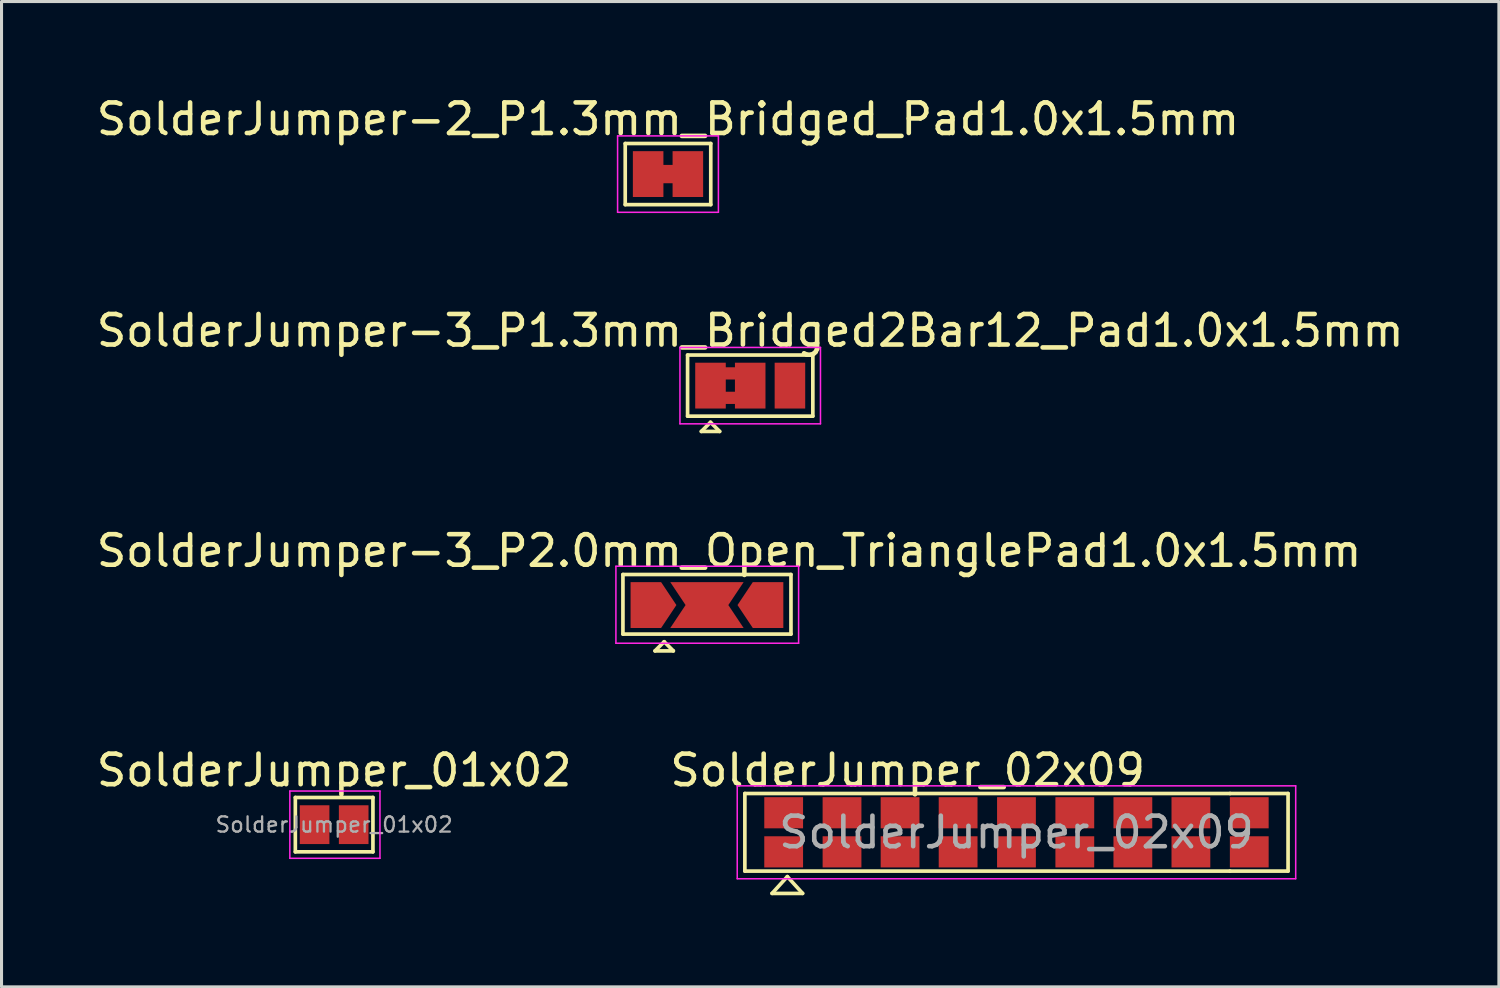
<source format=kicad_pcb>
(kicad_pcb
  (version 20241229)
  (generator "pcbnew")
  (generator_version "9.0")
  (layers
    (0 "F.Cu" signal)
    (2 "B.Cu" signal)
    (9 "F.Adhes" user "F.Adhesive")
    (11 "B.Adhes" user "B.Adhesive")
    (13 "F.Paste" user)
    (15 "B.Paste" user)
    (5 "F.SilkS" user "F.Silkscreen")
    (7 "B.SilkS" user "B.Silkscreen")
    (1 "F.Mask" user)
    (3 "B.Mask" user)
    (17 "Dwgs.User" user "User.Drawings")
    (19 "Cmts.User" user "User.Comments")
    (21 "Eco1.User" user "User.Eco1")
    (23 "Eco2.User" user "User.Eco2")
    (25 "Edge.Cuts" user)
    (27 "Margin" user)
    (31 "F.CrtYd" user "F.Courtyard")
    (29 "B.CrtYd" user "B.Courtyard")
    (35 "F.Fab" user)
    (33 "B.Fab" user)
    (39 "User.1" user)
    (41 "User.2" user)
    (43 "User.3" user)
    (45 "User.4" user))
  (footprint "SolderJumper-3_P2.0mm_Open_TrianglePad1.0x1.5mm"
    (layer "F.Cu")
    (at 20.09 16.755)
    (property "Reference" "SolderJumper-3_P2.0mm_Open_TrianglePad1.0x1.5mm" (at 0.725 -1.775 0) (layer "F.SilkS") (effects (font (size 1 1) (thickness 0.15))))
    (attr exclude_from_pos_files exclude_from_bom)
    (fp_line (start -2.75 -1) (end 2.75 -1) (stroke (width 0.12) (type solid)) (layer "F.SilkS"))
    (fp_line (start -2.75 0.95) (end -2.75 -1) (stroke (width 0.12) (type solid)) (layer "F.SilkS"))
    (fp_line (start -1.7 1.5) (end -1.1 1.5) (stroke (width 0.12) (type solid)) (layer "F.SilkS"))
    (fp_line (start -1.4 1.2) (end -1.7 1.5) (stroke (width 0.12) (type solid)) (layer "F.SilkS"))
    (fp_line (start -1.1 1.5) (end -1.4 1.2) (stroke (width 0.12) (type solid)) (layer "F.SilkS"))
    (fp_line (start 2.75 -1) (end 2.75 0.95) (stroke (width 0.12) (type solid)) (layer "F.SilkS"))
    (fp_line (start 2.75 0.95) (end -2.75 0.95) (stroke (width 0.12) (type solid)) (layer "F.SilkS"))
    (fp_line (start -2.98 -1.27) (end -2.98 1.25) (stroke (width 0.05) (type solid)) (layer "F.CrtYd"))
    (fp_line (start -2.98 -1.27) (end 3 -1.27) (stroke (width 0.05) (type solid)) (layer "F.CrtYd"))
    (fp_line (start 3 1.25) (end -2.98 1.25) (stroke (width 0.05) (type solid)) (layer "F.CrtYd"))
    (fp_line (start 3 1.25) (end 3 -1.27) (stroke (width 0.05) (type solid)) (layer "F.CrtYd"))
    (pad "" smd rect (at -1.2 0) (size 1.5 1.5) (layers "F.Paste"))
    (pad "" smd rect (at 1.2 0) (size 1.5 1.5) (layers "F.Paste"))
    (pad "1" smd custom (at -2 0) (size 0.3 0.3) (layers "F.Cu" "F.Mask") (options (anchor rect)) (primitives (gr_poly (pts (xy -0.5 -0.75) (xy 0.5 -0.75) (xy 1 0) (xy 0.5 0.75) (xy -0.5 0.75)) (width 0) (fill yes))))
    (pad "2" smd custom (at 0 0) (size 0.3 0.3) (layers "F.Cu") (options (anchor rect)) (primitives (gr_poly (pts (xy -1.2 -0.75) (xy 1.2 -0.75) (xy 0.7 0) (xy 1.2 0.75) (xy -1.2 0.75) (xy -0.7 0)) (width 0) (fill yes))))
    (pad "3" smd custom (at 2 0 180) (size 0.3 0.3) (layers "F.Cu" "F.Mask") (options (anchor rect)) (primitives (gr_poly (pts (xy -0.5 -0.75) (xy 0.5 -0.75) (xy 1 0) (xy 0.5 0.75) (xy -0.5 0.75)) (width 0) (fill yes)))))
  (footprint "SolderJumper-3_P1.3mm_Bridged2Bar12_Pad1.0x1.5mm"
    (layer "F.Cu")
    (at 21.506 9.572)
    (property "Reference" "SolderJumper-3_P1.3mm_Bridged2Bar12_Pad1.0x1.5mm" (at 0 -1.8 0) (layer "F.SilkS") (effects (font (size 1 1) (thickness 0.15))))
    (attr exclude_from_pos_files exclude_from_bom)
    (fp_poly (pts (xy -0.9 -0.6) (xy -0.4 -0.6) (xy -0.4 -0.2) (xy -0.9 -0.2)) (stroke (width 0) (type solid)) (fill yes) (layer "F.Cu"))
    (fp_poly (pts (xy -0.9 0.2) (xy -0.4 0.2) (xy -0.4 0.6) (xy -0.9 0.6)) (stroke (width 0) (type solid)) (fill yes) (layer "F.Cu"))
    (fp_line (start -2.05 -1) (end 2.05 -1) (stroke (width 0.12) (type solid)) (layer "F.SilkS"))
    (fp_line (start -2.05 1) (end -2.05 -1) (stroke (width 0.12) (type solid)) (layer "F.SilkS"))
    (fp_line (start -1.6 1.5) (end -1 1.5) (stroke (width 0.12) (type solid)) (layer "F.SilkS"))
    (fp_line (start -1.3 1.2) (end -1.6 1.5) (stroke (width 0.12) (type solid)) (layer "F.SilkS"))
    (fp_line (start -1.3 1.2) (end -1 1.5) (stroke (width 0.12) (type solid)) (layer "F.SilkS"))
    (fp_line (start 2.05 -1) (end 2.05 1) (stroke (width 0.12) (type solid)) (layer "F.SilkS"))
    (fp_line (start 2.05 1) (end -2.05 1) (stroke (width 0.12) (type solid)) (layer "F.SilkS"))
    (fp_line (start -2.3 -1.25) (end -2.3 1.25) (stroke (width 0.05) (type solid)) (layer "F.CrtYd"))
    (fp_line (start -2.3 -1.25) (end 2.3 -1.25) (stroke (width 0.05) (type solid)) (layer "F.CrtYd"))
    (fp_line (start 2.3 1.25) (end -2.3 1.25) (stroke (width 0.05) (type solid)) (layer "F.CrtYd"))
    (fp_line (start 2.3 1.25) (end 2.3 -1.25) (stroke (width 0.05) (type solid)) (layer "F.CrtYd"))
    (pad "1" smd rect (at -1.3 0) (size 1 1.5) (layers "F.Cu" "F.Mask"))
    (pad "2" smd rect (at 0 0) (size 1 1.5) (layers "F.Cu" "F.Mask"))
    (pad "3" smd rect (at 1.3 0) (size 1 1.5) (layers "F.Cu" "F.Mask")))
  (footprint "SolderJumper_01x02"
    (layer "F.Cu")
    (at 7.887 23.943)
    (property "Reference" "SolderJumper_01x02" (at 0 -1.78 0) (layer "F.SilkS") (effects (font (size 1 1) (thickness 0.15))))
    (attr exclude_from_pos_files exclude_from_bom)
    (fp_line (start -1.27 0.89) (end -1.27 -0.89) (stroke (width 0.12) (type solid)) (layer "F.SilkS"))
    (fp_line (start -1.27 0.89) (end 1.27 0.89) (stroke (width 0.12) (type solid)) (layer "F.SilkS"))
    (fp_line (start 1.27 -0.89) (end -1.27 -0.89) (stroke (width 0.12) (type solid)) (layer "F.SilkS"))
    (fp_line (start 1.27 -0.89) (end 1.27 0.89) (stroke (width 0.12) (type solid)) (layer "F.SilkS"))
    (fp_line (start -1.45 -1.1) (end 1.5 -1.1) (stroke (width 0.05) (type solid)) (layer "F.CrtYd"))
    (fp_line (start -1.45 1.1) (end -1.45 -1.1) (stroke (width 0.05) (type solid)) (layer "F.CrtYd"))
    (fp_line (start 1.5 -1.1) (end 1.5 1.1) (stroke (width 0.05) (type solid)) (layer "F.CrtYd"))
    (fp_line (start 1.5 1.1) (end -1.45 1.1) (stroke (width 0.05) (type solid)) (layer "F.CrtYd"))
    (fp_text user "${REFERENCE}" (at 0 0 0) (layer "F.Fab") (effects (font (size 0.5 0.5) (thickness 0.075))))
    (pad "1" smd rect (at -0.64 0 90) (size 1.27 0.97) (layers "F.Cu" "F.Mask" "F.Paste"))
    (pad "2" smd rect (at 0.64 0 90) (size 1.27 0.97) (layers "F.Cu" "F.Mask" "F.Paste")))
  (footprint "SolderJumper-2_P1.3mm_Bridged_Pad1.0x1.5mm"
    (layer "F.Cu")
    (at 18.815 2.648)
    (property "Reference" "SolderJumper-2_P1.3mm_Bridged_Pad1.0x1.5mm" (at 0 -1.8 0) (layer "F.SilkS") (effects (font (size 1 1) (thickness 0.15))))
    (attr exclude_from_pos_files exclude_from_bom)
    (fp_poly (pts (xy -0.25 -0.3) (xy 0.25 -0.3) (xy 0.25 0.3) (xy -0.25 0.3)) (stroke (width 0) (type solid)) (fill yes) (layer "F.Cu"))
    (fp_line (start -1.4 -1) (end 1.4 -1) (stroke (width 0.12) (type solid)) (layer "F.SilkS"))
    (fp_line (start -1.4 1) (end -1.4 -1) (stroke (width 0.12) (type solid)) (layer "F.SilkS"))
    (fp_line (start 1.4 -1) (end 1.4 1) (stroke (width 0.12) (type solid)) (layer "F.SilkS"))
    (fp_line (start 1.4 1) (end -1.4 1) (stroke (width 0.12) (type solid)) (layer "F.SilkS"))
    (fp_line (start -1.65 -1.25) (end -1.65 1.25) (stroke (width 0.05) (type solid)) (layer "F.CrtYd"))
    (fp_line (start -1.65 -1.25) (end 1.65 -1.25) (stroke (width 0.05) (type solid)) (layer "F.CrtYd"))
    (fp_line (start 1.65 1.25) (end -1.65 1.25) (stroke (width 0.05) (type solid)) (layer "F.CrtYd"))
    (fp_line (start 1.65 1.25) (end 1.65 -1.25) (stroke (width 0.05) (type solid)) (layer "F.CrtYd"))
    (pad "1" smd rect (at -0.65 0) (size 1 1.5) (layers "F.Cu" "F.Mask"))
    (pad "2" smd rect (at 0.65 0) (size 1 1.5) (layers "F.Cu" "F.Mask")))
  (footprint "SolderJumper_02x09"
    (layer "F.Cu")
    (at 30.221 24.193)
    (property "Reference" "SolderJumper_02x09" (at -3.56 -2.03 0) (layer "F.SilkS") (effects (font (size 1 1) (thickness 0.15))))
    (attr exclude_from_pos_files exclude_from_bom)
    (fp_line (start -8.89 -1.27) (end 6.99 -1.27) (stroke (width 0.12) (type solid)) (layer "F.SilkS"))
    (fp_line (start -8.89 1.27) (end -8.89 -1.27) (stroke (width 0.12) (type solid)) (layer "F.SilkS"))
    (fp_line (start -8 2) (end -7 2) (stroke (width 0.12) (type solid)) (layer "F.SilkS"))
    (fp_line (start -7.5 1.45) (end -8 2) (stroke (width 0.12) (type solid)) (layer "F.SilkS"))
    (fp_line (start -7 2) (end -7.5 1.45) (stroke (width 0.12) (type solid)) (layer "F.SilkS"))
    (fp_line (start 6.99 -1.27) (end 8.89 -1.27) (stroke (width 0.12) (type solid)) (layer "F.SilkS"))
    (fp_line (start 6.99 1.27) (end -8.89 1.27) (stroke (width 0.12) (type solid)) (layer "F.SilkS"))
    (fp_line (start 8.89 -1.27) (end 8.89 1.27) (stroke (width 0.12) (type solid)) (layer "F.SilkS"))
    (fp_line (start 8.89 1.27) (end 6.99 1.27) (stroke (width 0.12) (type solid)) (layer "F.SilkS"))
    (fp_line (start -9.14 -1.52) (end -9.14 1.52) (stroke (width 0.05) (type solid)) (layer "F.CrtYd"))
    (fp_line (start -9.14 -1.52) (end 9.14 -1.52) (stroke (width 0.05) (type solid)) (layer "F.CrtYd"))
    (fp_line (start 9.14 1.52) (end -9.14 1.52) (stroke (width 0.05) (type solid)) (layer "F.CrtYd"))
    (fp_line (start 9.14 1.52) (end 9.14 -1.52) (stroke (width 0.05) (type solid)) (layer "F.CrtYd"))
    (fp_text user "${REFERENCE}" (at 0 0 0) (layer "F.Fab") (effects (font (size 1 1) (thickness 0.15))))
    (pad "1" smd rect (at -7.62 0.64) (size 1.27 1.02) (layers "F.Cu" "F.Mask" "F.Paste"))
    (pad "2" smd rect (at -7.62 -0.64) (size 1.27 1.02) (layers "F.Cu" "F.Mask" "F.Paste"))
    (pad "3" smd rect (at -5.71 0.64) (size 1.27 1.02) (layers "F.Cu" "F.Mask" "F.Paste"))
    (pad "4" smd rect (at -5.71 -0.64) (size 1.27 1.02) (layers "F.Cu" "F.Mask" "F.Paste"))
    (pad "5" smd rect (at -3.81 0.64) (size 1.27 1.02) (layers "F.Cu" "F.Mask" "F.Paste"))
    (pad "6" smd rect (at -3.81 -0.64) (size 1.27 1.02) (layers "F.Cu" "F.Mask" "F.Paste"))
    (pad "7" smd rect (at -1.91 0.64) (size 1.27 1.02) (layers "F.Cu" "F.Mask" "F.Paste"))
    (pad "8" smd rect (at -1.91 -0.64) (size 1.27 1.02) (layers "F.Cu" "F.Mask" "F.Paste"))
    (pad "9" smd rect (at 0 0.64) (size 1.27 1.02) (layers "F.Cu" "F.Mask" "F.Paste"))
    (pad "10" smd rect (at 0 -0.64) (size 1.27 1.02) (layers "F.Cu" "F.Mask" "F.Paste"))
    (pad "11" smd rect (at 1.91 0.64) (size 1.27 1.02) (layers "F.Cu" "F.Mask" "F.Paste"))
    (pad "12" smd rect (at 1.91 -0.64) (size 1.27 1.02) (layers "F.Cu" "F.Mask" "F.Paste"))
    (pad "13" smd rect (at 3.81 0.64) (size 1.27 1.02) (layers "F.Cu" "F.Mask" "F.Paste"))
    (pad "14" smd rect (at 3.81 -0.64) (size 1.27 1.02) (layers "F.Cu" "F.Mask" "F.Paste"))
    (pad "15" smd rect (at 5.71 0.64) (size 1.27 1.02) (layers "F.Cu" "F.Mask" "F.Paste"))
    (pad "16" smd rect (at 5.71 -0.64) (size 1.27 1.02) (layers "F.Cu" "F.Mask" "F.Paste"))
    (pad "17" smd rect (at 7.62 0.64) (size 1.27 1.02) (layers "F.Cu" "F.Mask" "F.Paste"))
    (pad "18" smd rect (at 7.62 -0.64) (size 1.27 1.02) (layers "F.Cu" "F.Mask" "F.Paste")))
  (gr_rect
    (start -3 -3)
    (end 46.012 29.253)
    (stroke (width 0.1) (type default))
    (fill no)
    (layer "Edge.Cuts")))
</source>
